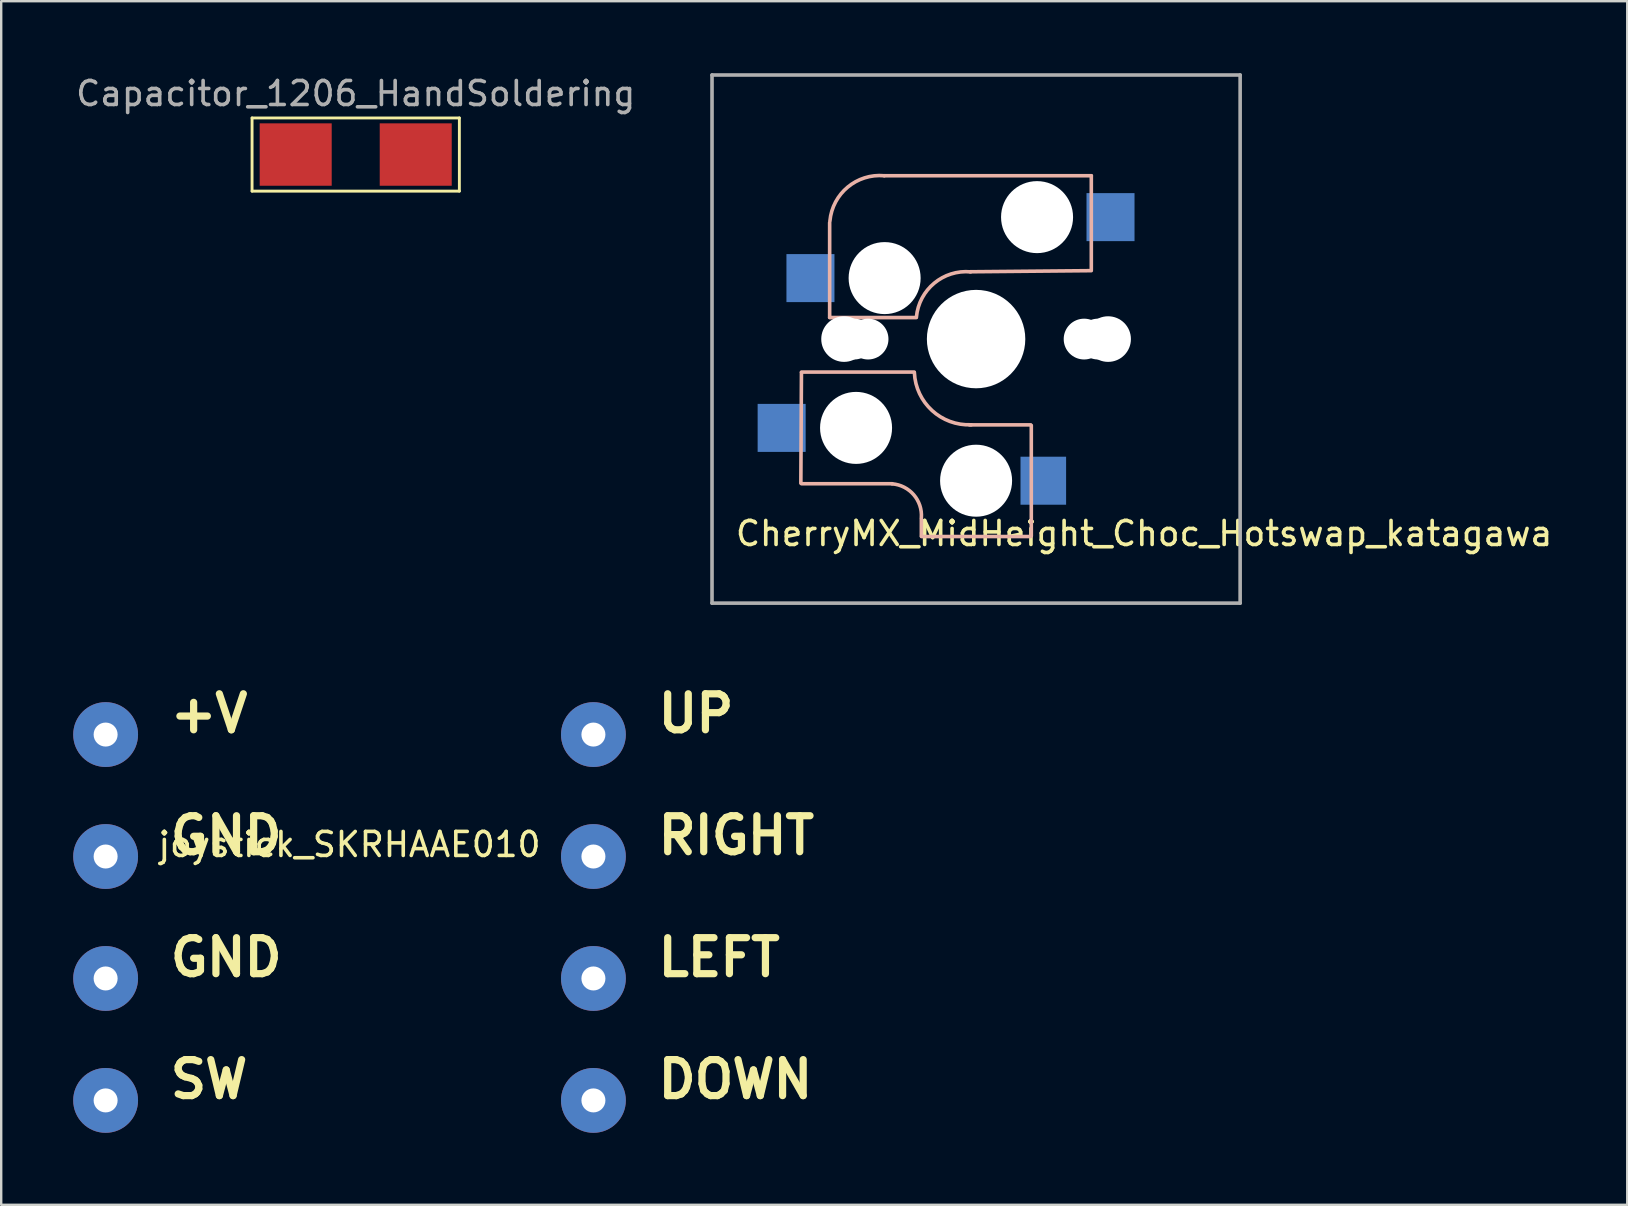
<source format=kicad_pcb>
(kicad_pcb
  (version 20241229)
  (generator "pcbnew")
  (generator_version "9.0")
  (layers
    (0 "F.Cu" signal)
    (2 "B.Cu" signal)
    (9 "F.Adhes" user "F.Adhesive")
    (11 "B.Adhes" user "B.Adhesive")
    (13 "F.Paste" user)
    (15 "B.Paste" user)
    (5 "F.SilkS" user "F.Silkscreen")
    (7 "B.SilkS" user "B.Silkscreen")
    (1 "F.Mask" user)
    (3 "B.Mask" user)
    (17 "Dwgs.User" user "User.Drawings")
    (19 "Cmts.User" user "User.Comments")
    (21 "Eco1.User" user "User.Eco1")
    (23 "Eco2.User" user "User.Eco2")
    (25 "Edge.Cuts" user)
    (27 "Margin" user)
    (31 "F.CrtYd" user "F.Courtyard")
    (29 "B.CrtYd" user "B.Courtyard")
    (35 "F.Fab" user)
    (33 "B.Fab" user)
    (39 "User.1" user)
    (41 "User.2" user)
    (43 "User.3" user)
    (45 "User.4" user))
  (footprint "joystick_SKRHAAE010"
    (layer "F.Cu")
    (at 11.51 32.63)
    (property "Reference" "joystick_SKRHAAE010" (at 0 -0.5 0) (unlocked yes) (layer "F.SilkS") (effects (font (size 1 1) (thickness 0.15))))
    (attr smd)
    (fp_text user "GND" (at -7.62 0 0) (unlocked yes) (layer "F.SilkS") (effects (font (size 1.5 1.5) (thickness 0.3) (bold yes)) (justify left bottom)))
    (fp_text user "+V" (at -7.62 -5.08 0) (unlocked yes) (layer "F.SilkS") (effects (font (size 1.5 1.5) (thickness 0.3) (bold yes)) (justify left bottom)))
    (fp_text user "RIGHT" (at 12.7 0 0) (unlocked yes) (layer "F.SilkS") (effects (font (size 1.5 1.5) (thickness 0.3) (bold yes)) (justify left bottom)))
    (fp_text user "LEFT" (at 12.7 5.08 0) (unlocked yes) (layer "F.SilkS") (effects (font (size 1.5 1.5) (thickness 0.3) (bold yes)) (justify left bottom)))
    (fp_text user "GND" (at -7.62 5.08 0) (unlocked yes) (layer "F.SilkS") (effects (font (size 1.5 1.5) (thickness 0.3) (bold yes)) (justify left bottom)))
    (fp_text user "SW" (at -7.62 10.16 0) (unlocked yes) (layer "F.SilkS") (effects (font (size 1.5 1.5) (thickness 0.3) (bold yes)) (justify left bottom)))
    (fp_text user "DOWN" (at 12.7 10.16 0) (unlocked yes) (layer "F.SilkS") (effects (font (size 1.5 1.5) (thickness 0.3) (bold yes)) (justify left bottom)))
    (fp_text user "UP" (at 12.7 -5.08 0) (unlocked yes) (layer "F.SilkS") (effects (font (size 1.5 1.5) (thickness 0.3) (bold yes)) (justify left bottom)))
    (pad "1" thru_hole circle (at -10.16 -5.08) (size 2.7 2.7) (drill 1) (layers "*.Cu" "*.Mask"))
    (pad "2" thru_hole circle (at -10.16 0) (size 2.7 2.7) (drill 1) (layers "*.Cu" "*.Mask"))
    (pad "2" thru_hole circle (at -10.16 5.08) (size 2.7 2.7) (drill 1) (layers "*.Cu" "*.Mask"))
    (pad "3" thru_hole circle (at -10.16 10.16) (size 2.7 2.7) (drill 1) (layers "*.Cu" "*.Mask"))
    (pad "4" thru_hole circle (at 10.16 -5.08) (size 2.7 2.7) (drill 1) (layers "*.Cu" "*.Mask"))
    (pad "5" thru_hole circle (at 10.16 0) (size 2.7 2.7) (drill 1) (layers "*.Cu" "*.Mask"))
    (pad "6" thru_hole circle (at 10.16 5.08) (size 2.7 2.7) (drill 1) (layers "*.Cu" "*.Mask"))
    (pad "7" thru_hole circle (at 10.16 10.16) (size 2.7 2.7) (drill 1) (layers "*.Cu" "*.Mask")))
  (footprint "Capacitor_1206_HandSoldering"
    (layer "F.Cu")
    (at 11.768 3.388)
    (property "Reference" "Capacitor_1206_HandSoldering" (at 0 -2.54 0) (layer "F.Fab") (effects (font (size 1 1) (thickness 0.15))))
    (attr smd)
    (fp_line (start -4.318 -1.524) (end -4.318 1.524) (stroke (width 0.12) (type solid)) (layer "F.SilkS"))
    (fp_line (start -4.318 1.524) (end 4.318 1.524) (stroke (width 0.12) (type solid)) (layer "F.SilkS"))
    (fp_line (start 4.318 -1.524) (end -4.318 -1.524) (stroke (width 0.12) (type solid)) (layer "F.SilkS"))
    (fp_line (start 4.318 1.524) (end 4.318 -1.524) (stroke (width 0.12) (type solid)) (layer "F.SilkS"))
    (pad "1" smd rect (at -2.5 0) (size 3 2.6) (layers "F.Cu" "F.Mask" "F.Paste"))
    (pad "2" smd rect (at 2.5 0) (size 3 2.6) (layers "F.Cu" "F.Mask" "F.Paste")))
  (footprint "CherryMX_MidHeight_Choc_Hotswap_katagawa"
    (layer "F.Cu")
    (at 37.611 11.075)
    (property "Reference" "CherryMX_MidHeight_Choc_Hotswap_katagawa" (at 7 8.1 0) (layer "F.SilkS") (effects (font (size 1 1) (thickness 0.15))))
    (attr through_hole)
    (fp_line (start -7.275 1.4) (end -7.3 6) (stroke (width 0.15) (type solid)) (layer "B.SilkS"))
    (fp_line (start -6.1 -4.85) (end -6.1 -0.905) (stroke (width 0.15) (type solid)) (layer "B.SilkS"))
    (fp_line (start -6.1 -0.896) (end -2.49 -0.896) (stroke (width 0.15) (type solid)) (layer "B.SilkS"))
    (fp_line (start -3.5 6.025) (end -7.275 6.025) (stroke (width 0.15) (type solid)) (layer "B.SilkS"))
    (fp_line (start -2.575 1.375) (end -7.275 1.375) (stroke (width 0.15) (type solid)) (layer "B.SilkS"))
    (fp_line (start -2.28 7.5) (end -2.28 8.2) (stroke (width 0.15) (type solid)) (layer "B.SilkS"))
    (fp_line (start 2.275 3.575) (end -0.275 3.575) (stroke (width 0.15) (type solid)) (layer "B.SilkS"))
    (fp_line (start 2.275 8.225) (end -2.275 8.225) (stroke (width 0.15) (type solid)) (layer "B.SilkS"))
    (fp_line (start 2.3 3.6) (end 2.3 8.2) (stroke (width 0.15) (type solid)) (layer "B.SilkS"))
    (fp_line (start 4.8 -6.804) (end -3.825 -6.804) (stroke (width 0.15) (type solid)) (layer "B.SilkS"))
    (fp_line (start 4.8 -2.896) (end 4.8 -6.804) (stroke (width 0.15) (type solid)) (layer "B.SilkS"))
    (fp_line (start 4.8 -2.85) (end -0.25 -2.804) (stroke (width 0.15) (type solid)) (layer "B.SilkS"))
    (fp_arc (start -6.089 -4.92) (mid -5.347189 -6.33089) (end -3.825 -6.804) (stroke (width 0.15) (type solid)) (layer "B.SilkS"))
    (fp_arc (start -3.5 6.03) (mid -2.595908 6.48733) (end -2.28 7.45) (stroke (width 0.15) (type solid)) (layer "B.SilkS"))
    (fp_arc (start -2.485 -0.92) (mid -1.744361 -2.328061) (end -0.225 -2.8) (stroke (width 0.15) (type solid)) (layer "B.SilkS"))
    (fp_arc (start -0.2 3.57) (mid -1.834422 2.975843) (end -2.57 1.4) (stroke (width 0.15) (type solid)) (layer "B.SilkS"))
    (fp_line (start -9 -9) (end 9 -9) (stroke (width 0.15) (type solid)) (layer "Eco2.User"))
    (fp_line (start -9 9) (end -9 -9) (stroke (width 0.15) (type solid)) (layer "Eco2.User"))
    (fp_line (start -7 -7) (end 7 -7) (stroke (width 0.15) (type solid)) (layer "Eco2.User"))
    (fp_line (start -7 7) (end -7 -7) (stroke (width 0.15) (type solid)) (layer "Eco2.User"))
    (fp_line (start 7 -7) (end 7 7) (stroke (width 0.15) (type solid)) (layer "Eco2.User"))
    (fp_line (start 7 7) (end -7 7) (stroke (width 0.15) (type solid)) (layer "Eco2.User"))
    (fp_line (start 9 -9) (end 9 9) (stroke (width 0.15) (type solid)) (layer "Eco2.User"))
    (fp_line (start 9 9) (end -9 9) (stroke (width 0.15) (type solid)) (layer "Eco2.User"))
    (fp_line (start -11 -11) (end -11 11) (stroke (width 0.15) (type solid)) (layer "F.Fab"))
    (fp_line (start -11 11) (end 11 11) (stroke (width 0.15) (type solid)) (layer "F.Fab"))
    (fp_line (start 11 -11) (end -11 -11) (stroke (width 0.15) (type solid)) (layer "F.Fab"))
    (fp_line (start 11 11) (end 11 -11) (stroke (width 0.15) (type solid)) (layer "F.Fab"))
    (pad "" np_thru_hole circle (at -5.5 0 90) (size 1.9 1.9) (drill 1.9) (layers "*.Cu" "*.Mask"))
    (pad "" np_thru_hole circle (at -5.08 0) (size 1.7 1.7) (drill 1.7) (layers "*.Cu" "*.Mask"))
    (pad "" np_thru_hole circle (at -5 3.7 90) (size 3 3) (drill 3) (layers "*.Cu" "*.Mask"))
    (pad "" np_thru_hole circle (at -4.5 0) (size 1.7 1.7) (drill 1.7) (layers "*.Cu" "*.Mask"))
    (pad "" np_thru_hole circle (at -3.81 -2.54 180) (size 3 3) (drill 3) (layers "*.Cu" "*.Mask"))
    (pad "" np_thru_hole circle (at 0 0 90) (size 4.1 4.1) (drill 4.1) (layers "*.Cu" "*.Mask"))
    (pad "" np_thru_hole circle (at 0 5.9 90) (size 3 3) (drill 3) (layers "*.Cu" "*.Mask"))
    (pad "" np_thru_hole circle (at 2.54 -5.08 180) (size 3 3) (drill 3) (layers "*.Cu" "*.Mask"))
    (pad "" np_thru_hole circle (at 4.5 0) (size 1.7 1.7) (drill 1.7) (layers "*.Cu" "*.Mask"))
    (pad "" np_thru_hole circle (at 5.08 0) (size 1.7 1.7) (drill 1.7) (layers "*.Cu" "*.Mask"))
    (pad "" np_thru_hole circle (at 5.5 0 90) (size 1.9 1.9) (drill 1.9) (layers "*.Cu" "*.Mask"))
    (pad "1" smd rect (at -8.1 3.7 180) (size 2 2) (layers "B.Cu" "B.Mask" "B.Paste"))
    (pad "1" smd rect (at -6.9 -2.54 180) (size 2 2) (layers "B.Cu" "B.Mask" "B.Paste"))
    (pad "2" smd rect (at 2.8 5.9 180) (size 1.9 2) (layers "B.Cu" "B.Mask" "B.Paste"))
    (pad "2" smd rect (at 5.6 -5.08 180) (size 2 2) (layers "B.Cu" "B.Mask" "B.Paste")))
  (gr_rect
    (start -3 -3)
    (end 64.736 47.14)
    (stroke (width 0.1) (type default))
    (fill no)
    (layer "Edge.Cuts")))
</source>
